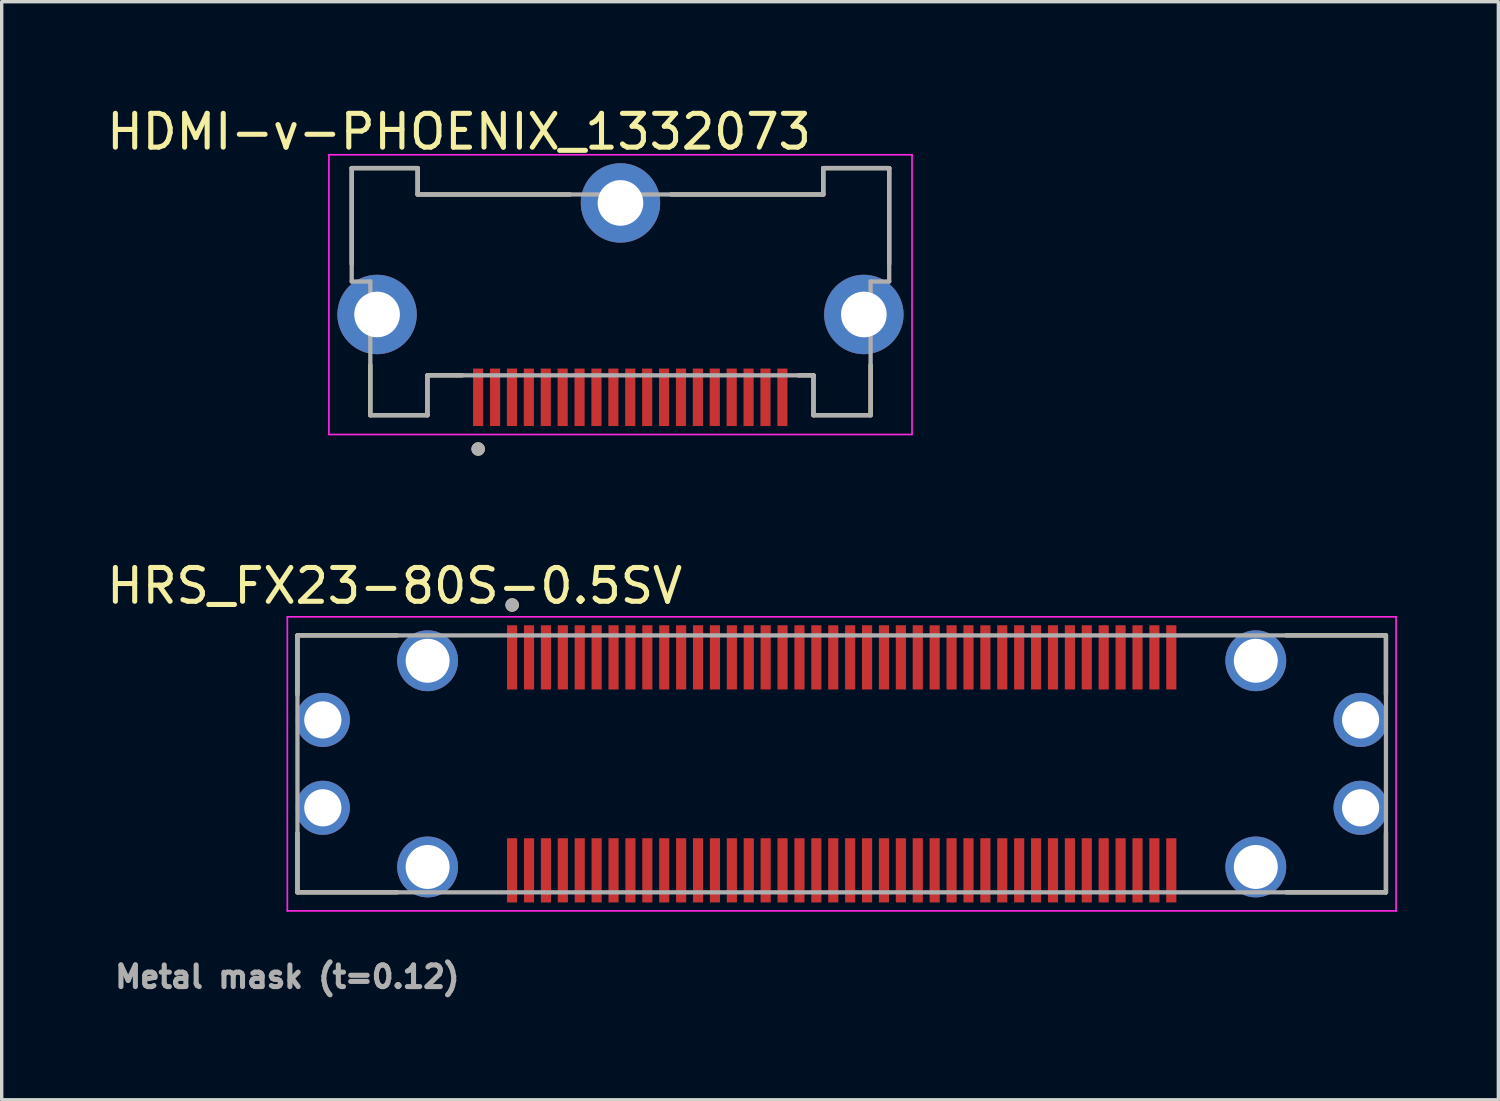
<source format=kicad_pcb>
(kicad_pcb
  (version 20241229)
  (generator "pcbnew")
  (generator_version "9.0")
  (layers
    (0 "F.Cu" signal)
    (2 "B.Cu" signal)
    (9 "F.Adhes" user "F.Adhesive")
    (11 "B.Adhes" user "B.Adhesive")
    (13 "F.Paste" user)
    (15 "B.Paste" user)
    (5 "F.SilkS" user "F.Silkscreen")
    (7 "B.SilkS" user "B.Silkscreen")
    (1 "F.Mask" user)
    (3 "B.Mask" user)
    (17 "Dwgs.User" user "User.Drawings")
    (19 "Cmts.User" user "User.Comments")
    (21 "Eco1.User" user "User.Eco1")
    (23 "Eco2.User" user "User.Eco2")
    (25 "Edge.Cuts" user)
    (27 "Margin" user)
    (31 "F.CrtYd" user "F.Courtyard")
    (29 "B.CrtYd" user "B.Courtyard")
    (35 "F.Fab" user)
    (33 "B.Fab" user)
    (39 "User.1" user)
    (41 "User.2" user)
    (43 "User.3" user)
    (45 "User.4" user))
  (footprint "HDMI-v-PHOENIX_1332073"
    (layer "F.Cu")
    (at 7.355 9.233)
    (property "Reference" "HDMI-v-PHOENIX_1332073" (at 3.175 -8.385 0) (layer "F.SilkS") (effects (font (size 1 1) (thickness 0.15))))
    (attr smd)
    (fp_line (start 0 -7.31) (end 1.95 -7.31) (stroke (width 0.127) (type solid)) (layer "F.SilkS"))
    (fp_line (start 0 -4.475) (end 0 -7.31) (stroke (width 0.127) (type solid)) (layer "F.SilkS"))
    (fp_line (start 0.55 -1.485) (end 0.55 0) (stroke (width 0.127) (type solid)) (layer "F.SilkS"))
    (fp_line (start 1.95 -7.31) (end 1.95 -6.53) (stroke (width 0.127) (type solid)) (layer "F.SilkS"))
    (fp_line (start 1.95 -6.53) (end 6.455 -6.53) (stroke (width 0.127) (type solid)) (layer "F.SilkS"))
    (fp_line (start 2.24 -1.18) (end 3.27 -1.18) (stroke (width 0.127) (type solid)) (layer "F.SilkS"))
    (fp_line (start 2.24 0) (end 0.55 0) (stroke (width 0.127) (type solid)) (layer "F.SilkS"))
    (fp_line (start 2.24 0) (end 2.24 -1.18) (stroke (width 0.127) (type solid)) (layer "F.SilkS"))
    (fp_line (start 13.66 -1.18) (end 13.21 -1.18) (stroke (width 0.127) (type solid)) (layer "F.SilkS"))
    (fp_line (start 13.66 0) (end 13.66 -1.18) (stroke (width 0.127) (type solid)) (layer "F.SilkS"))
    (fp_line (start 13.66 0) (end 15.35 0) (stroke (width 0.127) (type solid)) (layer "F.SilkS"))
    (fp_line (start 13.95 -7.31) (end 13.95 -6.53) (stroke (width 0.127) (type solid)) (layer "F.SilkS"))
    (fp_line (start 13.95 -6.53) (end 9.445 -6.53) (stroke (width 0.127) (type solid)) (layer "F.SilkS"))
    (fp_line (start 15.35 -1.485) (end 15.35 0) (stroke (width 0.127) (type solid)) (layer "F.SilkS"))
    (fp_line (start 15.9 -7.31) (end 13.95 -7.31) (stroke (width 0.127) (type solid)) (layer "F.SilkS"))
    (fp_line (start 15.9 -4.475) (end 15.9 -7.31) (stroke (width 0.127) (type solid)) (layer "F.SilkS"))
    (fp_circle (center 3.74 1) (end 3.84 1) (stroke (width 0.2) (type solid)) (fill no) (layer "F.SilkS"))
    (fp_line (start -0.675 -7.705) (end 16.575 -7.705) (stroke (width 0.05) (type solid)) (layer "F.CrtYd"))
    (fp_line (start -0.675 0.57) (end -0.675 -7.705) (stroke (width 0.05) (type solid)) (layer "F.CrtYd"))
    (fp_line (start 16.575 -7.705) (end 16.575 0.57) (stroke (width 0.05) (type solid)) (layer "F.CrtYd"))
    (fp_line (start 16.575 0.57) (end -0.675 0.57) (stroke (width 0.05) (type solid)) (layer "F.CrtYd"))
    (fp_line (start 0 -7.31) (end 1.95 -7.31) (stroke (width 0.127) (type solid)) (layer "F.Fab"))
    (fp_line (start 0 -3.955) (end 0 -7.31) (stroke (width 0.127) (type solid)) (layer "F.Fab"))
    (fp_line (start 0 -3.955) (end 0.55 -3.955) (stroke (width 0.127) (type solid)) (layer "F.Fab"))
    (fp_line (start 0.55 -3.955) (end 0.55 0) (stroke (width 0.127) (type solid)) (layer "F.Fab"))
    (fp_line (start 1.95 -7.31) (end 1.95 -6.53) (stroke (width 0.127) (type solid)) (layer "F.Fab"))
    (fp_line (start 1.95 -6.53) (end 13.95 -6.53) (stroke (width 0.127) (type solid)) (layer "F.Fab"))
    (fp_line (start 2.24 -1.18) (end 13.66 -1.18) (stroke (width 0.127) (type solid)) (layer "F.Fab"))
    (fp_line (start 2.24 0) (end 0.55 0) (stroke (width 0.127) (type solid)) (layer "F.Fab"))
    (fp_line (start 2.24 0) (end 2.24 -1.18) (stroke (width 0.127) (type solid)) (layer "F.Fab"))
    (fp_line (start 13.66 0) (end 13.66 -1.18) (stroke (width 0.127) (type solid)) (layer "F.Fab"))
    (fp_line (start 13.95 -7.31) (end 13.95 -6.53) (stroke (width 0.127) (type solid)) (layer "F.Fab"))
    (fp_line (start 13.95 -7.31) (end 15.9 -7.31) (stroke (width 0.127) (type solid)) (layer "F.Fab"))
    (fp_line (start 15.35 -3.955) (end 15.35 0) (stroke (width 0.127) (type solid)) (layer "F.Fab"))
    (fp_line (start 15.35 0) (end 13.66 0) (stroke (width 0.127) (type solid)) (layer "F.Fab"))
    (fp_line (start 15.9 -7.31) (end 15.9 -3.955) (stroke (width 0.127) (type solid)) (layer "F.Fab"))
    (fp_line (start 15.9 -3.955) (end 15.35 -3.955) (stroke (width 0.127) (type solid)) (layer "F.Fab"))
    (fp_circle (center 3.74 1) (end 3.84 1) (stroke (width 0.2) (type solid)) (fill no) (layer "F.Fab"))
    (pad "1" smd rect (at 3.74 -0.53) (size 0.3 1.7) (layers "F.Cu" "F.Mask" "F.Paste"))
    (pad "2" smd rect (at 4.24 -0.53) (size 0.3 1.7) (layers "F.Cu" "F.Mask" "F.Paste"))
    (pad "3" smd rect (at 4.74 -0.53) (size 0.3 1.7) (layers "F.Cu" "F.Mask" "F.Paste"))
    (pad "4" smd rect (at 5.24 -0.53) (size 0.3 1.7) (layers "F.Cu" "F.Mask" "F.Paste"))
    (pad "5" smd rect (at 5.74 -0.53) (size 0.3 1.7) (layers "F.Cu" "F.Mask" "F.Paste"))
    (pad "6" smd rect (at 6.24 -0.53) (size 0.3 1.7) (layers "F.Cu" "F.Mask" "F.Paste"))
    (pad "7" smd rect (at 6.74 -0.53) (size 0.3 1.7) (layers "F.Cu" "F.Mask" "F.Paste"))
    (pad "8" smd rect (at 7.24 -0.53) (size 0.3 1.7) (layers "F.Cu" "F.Mask" "F.Paste"))
    (pad "9" smd rect (at 7.74 -0.53) (size 0.3 1.7) (layers "F.Cu" "F.Mask" "F.Paste"))
    (pad "10" smd rect (at 8.24 -0.53) (size 0.3 1.7) (layers "F.Cu" "F.Mask" "F.Paste"))
    (pad "11" smd rect (at 8.74 -0.53) (size 0.3 1.7) (layers "F.Cu" "F.Mask" "F.Paste"))
    (pad "12" smd rect (at 9.24 -0.53) (size 0.3 1.7) (layers "F.Cu" "F.Mask" "F.Paste"))
    (pad "13" smd rect (at 9.74 -0.53) (size 0.3 1.7) (layers "F.Cu" "F.Mask" "F.Paste"))
    (pad "14" smd rect (at 10.24 -0.53) (size 0.3 1.7) (layers "F.Cu" "F.Mask" "F.Paste"))
    (pad "15" smd rect (at 10.74 -0.53) (size 0.3 1.7) (layers "F.Cu" "F.Mask" "F.Paste"))
    (pad "16" smd rect (at 11.24 -0.53) (size 0.3 1.7) (layers "F.Cu" "F.Mask" "F.Paste"))
    (pad "17" smd rect (at 11.74 -0.53) (size 0.3 1.7) (layers "F.Cu" "F.Mask" "F.Paste"))
    (pad "18" smd rect (at 12.24 -0.53) (size 0.3 1.7) (layers "F.Cu" "F.Mask" "F.Paste"))
    (pad "19" smd rect (at 12.74 -0.53) (size 0.3 1.7) (layers "F.Cu" "F.Mask" "F.Paste"))
    (pad "SH1" thru_hole circle (at 0.75 -2.98) (size 2.35 2.35) (drill 1.35) (layers "*.Cu" "*.Mask"))
    (pad "SH2" thru_hole circle (at 7.95 -6.28) (size 2.35 2.35) (drill 1.35) (layers "*.Cu" "*.Mask"))
    (pad "SH3" thru_hole circle (at 15.15 -2.98) (size 2.35 2.35) (drill 1.35) (layers "*.Cu" "*.Mask")))
  (footprint "HRS_FX23-80S-0.5SV"
    (layer "F.Cu")
    (at 21.85 19.547)
    (property "Reference" "HRS_FX23-80S-0.5SV" (at -13.225 -5.265 0) (layer "F.SilkS") (effects (font (size 1 1) (thickness 0.15))))
    (attr smd)
    (fp_line (start -16.1 -3.8) (end -13.15 -3.8) (stroke (width 0.127) (type solid)) (layer "F.SilkS"))
    (fp_line (start -16.1 -2.05) (end -16.1 -3.8) (stroke (width 0.127) (type solid)) (layer "F.SilkS"))
    (fp_line (start -16.1 3.8) (end -16.1 2.05) (stroke (width 0.127) (type solid)) (layer "F.SilkS"))
    (fp_line (start -13.15 3.8) (end -16.1 3.8) (stroke (width 0.127) (type solid)) (layer "F.SilkS"))
    (fp_line (start 13.15 -3.8) (end 16.1 -3.8) (stroke (width 0.127) (type solid)) (layer "F.SilkS"))
    (fp_line (start 16.1 -3.8) (end 16.1 -2.05) (stroke (width 0.127) (type solid)) (layer "F.SilkS"))
    (fp_line (start 16.1 2.05) (end 16.1 3.8) (stroke (width 0.127) (type solid)) (layer "F.SilkS"))
    (fp_line (start 16.1 3.8) (end 13.15 3.8) (stroke (width 0.127) (type solid)) (layer "F.SilkS"))
    (fp_circle (center -9.75 -4.7) (end -9.65 -4.7) (stroke (width 0.2) (type solid)) (fill no) (layer "F.SilkS"))
    (fp_line (start -16.4 -4.35) (end 16.4 -4.35) (stroke (width 0.05) (type solid)) (layer "F.CrtYd"))
    (fp_line (start -16.4 4.35) (end -16.4 -4.35) (stroke (width 0.05) (type solid)) (layer "F.CrtYd"))
    (fp_line (start 16.4 -4.35) (end 16.4 4.35) (stroke (width 0.05) (type solid)) (layer "F.CrtYd"))
    (fp_line (start 16.4 4.35) (end -16.4 4.35) (stroke (width 0.05) (type solid)) (layer "F.CrtYd"))
    (fp_line (start -16.1 -3.8) (end -16.1 3.8) (stroke (width 0.127) (type solid)) (layer "F.Fab"))
    (fp_line (start -16.1 3.8) (end 16.1 3.8) (stroke (width 0.127) (type solid)) (layer "F.Fab"))
    (fp_line (start 16.1 -3.8) (end -16.1 -3.8) (stroke (width 0.127) (type solid)) (layer "F.Fab"))
    (fp_line (start 16.1 3.8) (end 16.1 -3.8) (stroke (width 0.127) (type solid)) (layer "F.Fab"))
    (fp_circle (center -9.75 -4.7) (end -9.65 -4.7) (stroke (width 0.2) (type solid)) (fill no) (layer "F.Fab"))
    (fp_text user "Metal mask (t=0.12)" (at -16.4 6.3 0) (layer "F.Fab") (effects (font (size 0.64 0.64) (thickness 0.15))))
    (pad "1" smd rect (at -9.75 -3.15) (size 0.3 1.9) (layers "F.Cu" "F.Mask" "F.Paste"))
    (pad "2" smd rect (at -9.25 -3.15) (size 0.3 1.9) (layers "F.Cu" "F.Mask" "F.Paste"))
    (pad "3" smd rect (at -8.75 -3.15) (size 0.3 1.9) (layers "F.Cu" "F.Mask" "F.Paste"))
    (pad "4" smd rect (at -8.25 -3.15) (size 0.3 1.9) (layers "F.Cu" "F.Mask" "F.Paste"))
    (pad "5" smd rect (at -7.75 -3.15) (size 0.3 1.9) (layers "F.Cu" "F.Mask" "F.Paste"))
    (pad "6" smd rect (at -7.25 -3.15) (size 0.3 1.9) (layers "F.Cu" "F.Mask" "F.Paste"))
    (pad "7" smd rect (at -6.75 -3.15) (size 0.3 1.9) (layers "F.Cu" "F.Mask" "F.Paste"))
    (pad "8" smd rect (at -6.25 -3.15) (size 0.3 1.9) (layers "F.Cu" "F.Mask" "F.Paste"))
    (pad "9" smd rect (at -5.75 -3.15) (size 0.3 1.9) (layers "F.Cu" "F.Mask" "F.Paste"))
    (pad "10" smd rect (at -5.25 -3.15) (size 0.3 1.9) (layers "F.Cu" "F.Mask" "F.Paste"))
    (pad "11" smd rect (at -4.75 -3.15) (size 0.3 1.9) (layers "F.Cu" "F.Mask" "F.Paste"))
    (pad "12" smd rect (at -4.25 -3.15) (size 0.3 1.9) (layers "F.Cu" "F.Mask" "F.Paste"))
    (pad "13" smd rect (at -3.75 -3.15) (size 0.3 1.9) (layers "F.Cu" "F.Mask" "F.Paste"))
    (pad "14" smd rect (at -3.25 -3.15) (size 0.3 1.9) (layers "F.Cu" "F.Mask" "F.Paste"))
    (pad "15" smd rect (at -2.75 -3.15) (size 0.3 1.9) (layers "F.Cu" "F.Mask" "F.Paste"))
    (pad "16" smd rect (at -2.25 -3.15) (size 0.3 1.9) (layers "F.Cu" "F.Mask" "F.Paste"))
    (pad "17" smd rect (at -1.75 -3.15) (size 0.3 1.9) (layers "F.Cu" "F.Mask" "F.Paste"))
    (pad "18" smd rect (at -1.25 -3.15) (size 0.3 1.9) (layers "F.Cu" "F.Mask" "F.Paste"))
    (pad "19" smd rect (at -0.75 -3.15) (size 0.3 1.9) (layers "F.Cu" "F.Mask" "F.Paste"))
    (pad "20" smd rect (at -0.25 -3.15) (size 0.3 1.9) (layers "F.Cu" "F.Mask" "F.Paste"))
    (pad "21" smd rect (at 0.25 -3.15) (size 0.3 1.9) (layers "F.Cu" "F.Mask" "F.Paste"))
    (pad "22" smd rect (at 0.75 -3.15) (size 0.3 1.9) (layers "F.Cu" "F.Mask" "F.Paste"))
    (pad "23" smd rect (at 1.25 -3.15) (size 0.3 1.9) (layers "F.Cu" "F.Mask" "F.Paste"))
    (pad "24" smd rect (at 1.75 -3.15) (size 0.3 1.9) (layers "F.Cu" "F.Mask" "F.Paste"))
    (pad "25" smd rect (at 2.25 -3.15) (size 0.3 1.9) (layers "F.Cu" "F.Mask" "F.Paste"))
    (pad "26" smd rect (at 2.75 -3.15) (size 0.3 1.9) (layers "F.Cu" "F.Mask" "F.Paste"))
    (pad "27" smd rect (at 3.25 -3.15) (size 0.3 1.9) (layers "F.Cu" "F.Mask" "F.Paste"))
    (pad "28" smd rect (at 3.75 -3.15) (size 0.3 1.9) (layers "F.Cu" "F.Mask" "F.Paste"))
    (pad "29" smd rect (at 4.25 -3.15) (size 0.3 1.9) (layers "F.Cu" "F.Mask" "F.Paste"))
    (pad "30" smd rect (at 4.75 -3.15) (size 0.3 1.9) (layers "F.Cu" "F.Mask" "F.Paste"))
    (pad "31" smd rect (at 5.25 -3.15) (size 0.3 1.9) (layers "F.Cu" "F.Mask" "F.Paste"))
    (pad "32" smd rect (at 5.75 -3.15) (size 0.3 1.9) (layers "F.Cu" "F.Mask" "F.Paste"))
    (pad "33" smd rect (at 6.25 -3.15) (size 0.3 1.9) (layers "F.Cu" "F.Mask" "F.Paste"))
    (pad "34" smd rect (at 6.75 -3.15) (size 0.3 1.9) (layers "F.Cu" "F.Mask" "F.Paste"))
    (pad "35" smd rect (at 7.25 -3.15) (size 0.3 1.9) (layers "F.Cu" "F.Mask" "F.Paste"))
    (pad "36" smd rect (at 7.75 -3.15) (size 0.3 1.9) (layers "F.Cu" "F.Mask" "F.Paste"))
    (pad "37" smd rect (at 8.25 -3.15) (size 0.3 1.9) (layers "F.Cu" "F.Mask" "F.Paste"))
    (pad "38" smd rect (at 8.75 -3.15) (size 0.3 1.9) (layers "F.Cu" "F.Mask" "F.Paste"))
    (pad "39" smd rect (at 9.25 -3.15) (size 0.3 1.9) (layers "F.Cu" "F.Mask" "F.Paste"))
    (pad "40" smd rect (at 9.75 -3.15) (size 0.3 1.9) (layers "F.Cu" "F.Mask" "F.Paste"))
    (pad "41" smd rect (at -9.75 3.15) (size 0.3 1.9) (layers "F.Cu" "F.Mask" "F.Paste"))
    (pad "42" smd rect (at -9.25 3.15) (size 0.3 1.9) (layers "F.Cu" "F.Mask" "F.Paste"))
    (pad "43" smd rect (at -8.75 3.15) (size 0.3 1.9) (layers "F.Cu" "F.Mask" "F.Paste"))
    (pad "44" smd rect (at -8.25 3.15) (size 0.3 1.9) (layers "F.Cu" "F.Mask" "F.Paste"))
    (pad "45" smd rect (at -7.75 3.15) (size 0.3 1.9) (layers "F.Cu" "F.Mask" "F.Paste"))
    (pad "46" smd rect (at -7.25 3.15) (size 0.3 1.9) (layers "F.Cu" "F.Mask" "F.Paste"))
    (pad "47" smd rect (at -6.75 3.15) (size 0.3 1.9) (layers "F.Cu" "F.Mask" "F.Paste"))
    (pad "48" smd rect (at -6.25 3.15) (size 0.3 1.9) (layers "F.Cu" "F.Mask" "F.Paste"))
    (pad "49" smd rect (at -5.75 3.15) (size 0.3 1.9) (layers "F.Cu" "F.Mask" "F.Paste"))
    (pad "50" smd rect (at -5.25 3.15) (size 0.3 1.9) (layers "F.Cu" "F.Mask" "F.Paste"))
    (pad "51" smd rect (at -4.75 3.15) (size 0.3 1.9) (layers "F.Cu" "F.Mask" "F.Paste"))
    (pad "52" smd rect (at -4.25 3.15) (size 0.3 1.9) (layers "F.Cu" "F.Mask" "F.Paste"))
    (pad "53" smd rect (at -3.75 3.15) (size 0.3 1.9) (layers "F.Cu" "F.Mask" "F.Paste"))
    (pad "54" smd rect (at -3.25 3.15) (size 0.3 1.9) (layers "F.Cu" "F.Mask" "F.Paste"))
    (pad "55" smd rect (at -2.75 3.15) (size 0.3 1.9) (layers "F.Cu" "F.Mask" "F.Paste"))
    (pad "56" smd rect (at -2.25 3.15) (size 0.3 1.9) (layers "F.Cu" "F.Mask" "F.Paste"))
    (pad "57" smd rect (at -1.75 3.15) (size 0.3 1.9) (layers "F.Cu" "F.Mask" "F.Paste"))
    (pad "58" smd rect (at -1.25 3.15) (size 0.3 1.9) (layers "F.Cu" "F.Mask" "F.Paste"))
    (pad "59" smd rect (at -0.75 3.15) (size 0.3 1.9) (layers "F.Cu" "F.Mask" "F.Paste"))
    (pad "60" smd rect (at -0.25 3.15) (size 0.3 1.9) (layers "F.Cu" "F.Mask" "F.Paste"))
    (pad "61" smd rect (at 0.25 3.15) (size 0.3 1.9) (layers "F.Cu" "F.Mask" "F.Paste"))
    (pad "62" smd rect (at 0.75 3.15) (size 0.3 1.9) (layers "F.Cu" "F.Mask" "F.Paste"))
    (pad "63" smd rect (at 1.25 3.15) (size 0.3 1.9) (layers "F.Cu" "F.Mask" "F.Paste"))
    (pad "64" smd rect (at 1.75 3.15) (size 0.3 1.9) (layers "F.Cu" "F.Mask" "F.Paste"))
    (pad "65" smd rect (at 2.25 3.15) (size 0.3 1.9) (layers "F.Cu" "F.Mask" "F.Paste"))
    (pad "66" smd rect (at 2.75 3.15) (size 0.3 1.9) (layers "F.Cu" "F.Mask" "F.Paste"))
    (pad "67" smd rect (at 3.25 3.15) (size 0.3 1.9) (layers "F.Cu" "F.Mask" "F.Paste"))
    (pad "68" smd rect (at 3.75 3.15) (size 0.3 1.9) (layers "F.Cu" "F.Mask" "F.Paste"))
    (pad "69" smd rect (at 4.25 3.15) (size 0.3 1.9) (layers "F.Cu" "F.Mask" "F.Paste"))
    (pad "70" smd rect (at 4.75 3.15) (size 0.3 1.9) (layers "F.Cu" "F.Mask" "F.Paste"))
    (pad "71" smd rect (at 5.25 3.15) (size 0.3 1.9) (layers "F.Cu" "F.Mask" "F.Paste"))
    (pad "72" smd rect (at 5.75 3.15) (size 0.3 1.9) (layers "F.Cu" "F.Mask" "F.Paste"))
    (pad "73" smd rect (at 6.25 3.15) (size 0.3 1.9) (layers "F.Cu" "F.Mask" "F.Paste"))
    (pad "74" smd rect (at 6.75 3.15) (size 0.3 1.9) (layers "F.Cu" "F.Mask" "F.Paste"))
    (pad "75" smd rect (at 7.25 3.15) (size 0.3 1.9) (layers "F.Cu" "F.Mask" "F.Paste"))
    (pad "76" smd rect (at 7.75 3.15) (size 0.3 1.9) (layers "F.Cu" "F.Mask" "F.Paste"))
    (pad "77" smd rect (at 8.25 3.15) (size 0.3 1.9) (layers "F.Cu" "F.Mask" "F.Paste"))
    (pad "78" smd rect (at 8.75 3.15) (size 0.3 1.9) (layers "F.Cu" "F.Mask" "F.Paste"))
    (pad "79" smd rect (at 9.25 3.15) (size 0.3 1.9) (layers "F.Cu" "F.Mask" "F.Paste"))
    (pad "80" smd rect (at 9.75 3.15) (size 0.3 1.9) (layers "F.Cu" "F.Mask" "F.Paste"))
    (pad "P1" thru_hole circle (at -12.25 -3.05) (size 1.8 1.8) (drill 1.3) (layers "*.Cu" "*.Mask"))
    (pad "P2" thru_hole circle (at 12.25 -3.05) (size 1.8 1.8) (drill 1.3) (layers "*.Cu" "*.Mask"))
    (pad "P3" thru_hole circle (at -12.25 3.05) (size 1.8 1.8) (drill 1.3) (layers "*.Cu" "*.Mask"))
    (pad "P4" thru_hole circle (at 12.25 3.05) (size 1.8 1.8) (drill 1.3) (layers "*.Cu" "*.Mask"))
    (pad "S1" thru_hole circle (at -15.35 -1.3) (size 1.6 1.6) (drill 1.1) (layers "*.Cu" "*.Mask"))
    (pad "S2" thru_hole circle (at 15.35 -1.3) (size 1.6 1.6) (drill 1.1) (layers "*.Cu" "*.Mask"))
    (pad "S3" thru_hole circle (at -15.35 1.3) (size 1.6 1.6) (drill 1.1) (layers "*.Cu" "*.Mask"))
    (pad "S4" thru_hole circle (at 15.35 1.3) (size 1.6 1.6) (drill 1.1) (layers "*.Cu" "*.Mask")))
  (gr_rect
    (start -3 -3)
    (end 41.275 29.484)
    (stroke (width 0.1) (type default))
    (fill no)
    (layer "Edge.Cuts")))
</source>
